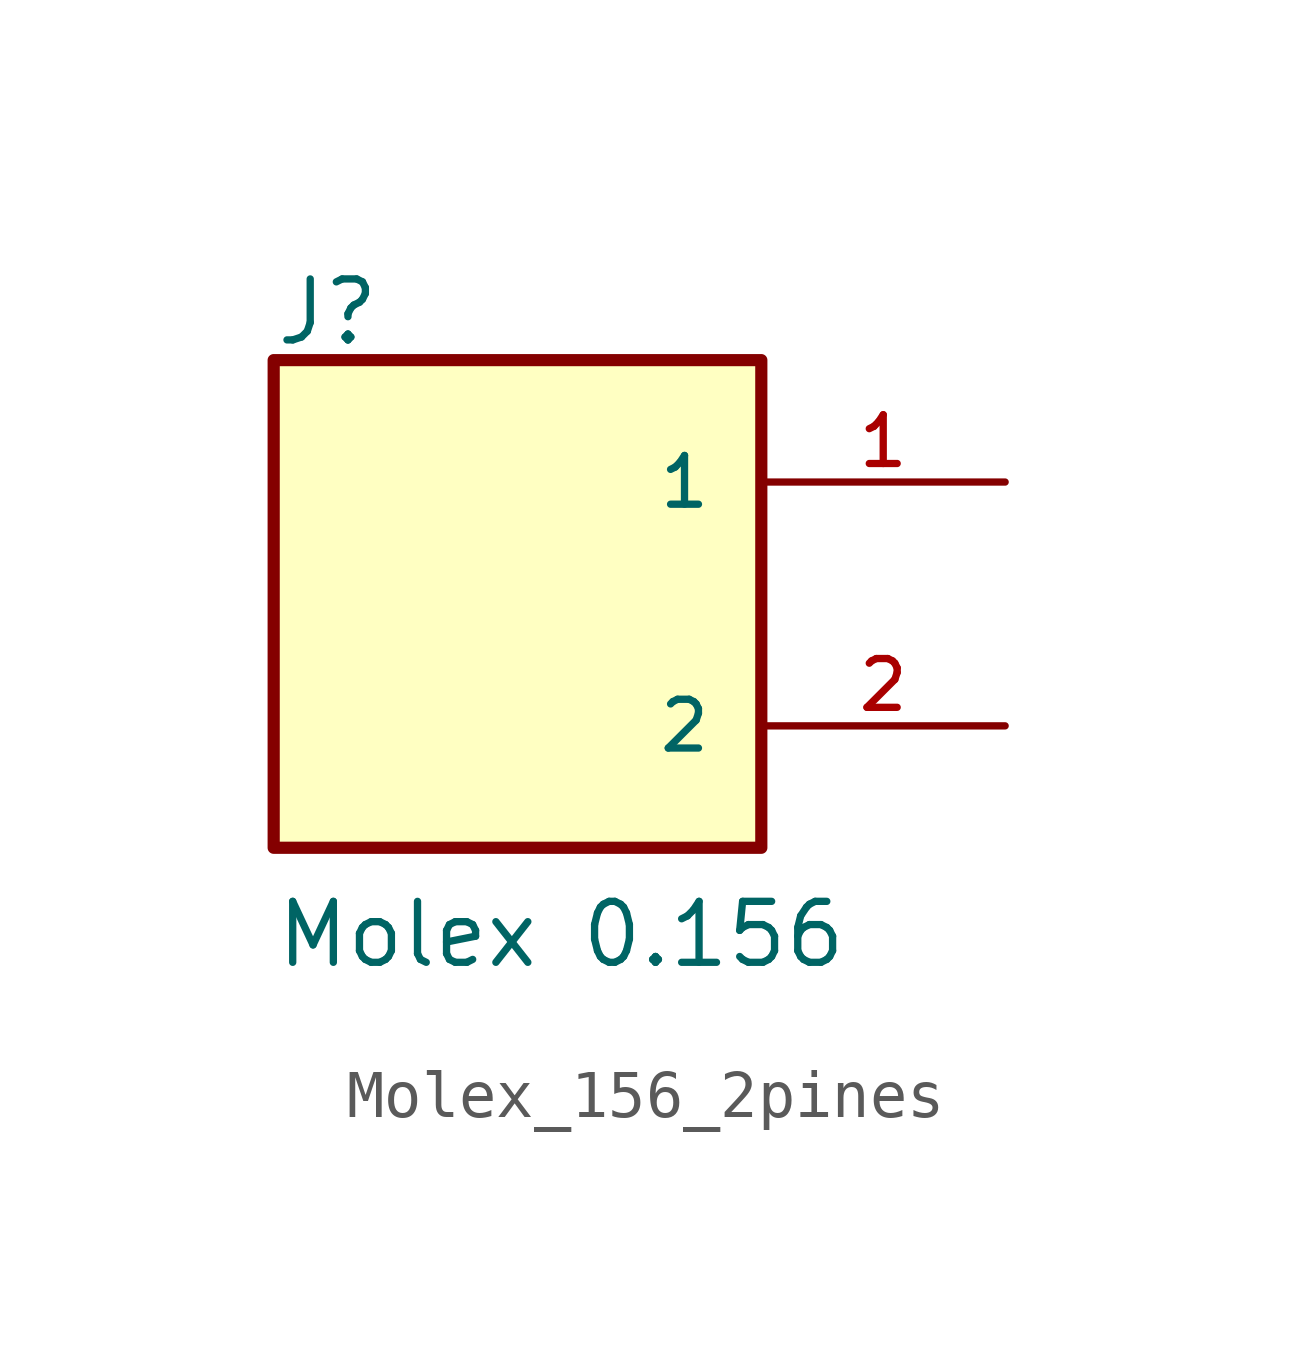
<source format=kicad_sym>
(kicad_symbol_lib
  (version 20220914)
  (generator kicad_symbol_editor)
  (symbol "Molex_156_2pines"
    (pin_names
      (offset 1.016))
    (property "Reference" "J"
      (at -5.084 5.338 0)
      (effects (font (size 1.27 1.27)) (justify left bottom)))
    (property "Value" "Molex 0.156"
      (at -5.086 -7.63 0)
      (effects (font (size 1.27 1.27)) (justify left bottom)))
    (symbol "Molex_156_2pines_0_0"
      (rectangle (start -5.08 -5.08) (end 5.08 5.08) (stroke (width 0.254) (type default)) (fill (type background)))
      (pin passive line (at 10.16 2.54 180) (length 5.08) (name "1" (effects (font (size 1.016 1.016)))) (number "1" (effects (font (size 1.016 1.016)))))
      (pin passive line (at 10.16 -2.54 180) (length 5.08) (name "2" (effects (font (size 1.016 1.016)))) (number "2" (effects (font (size 1.016 1.016))))))))
</source>
